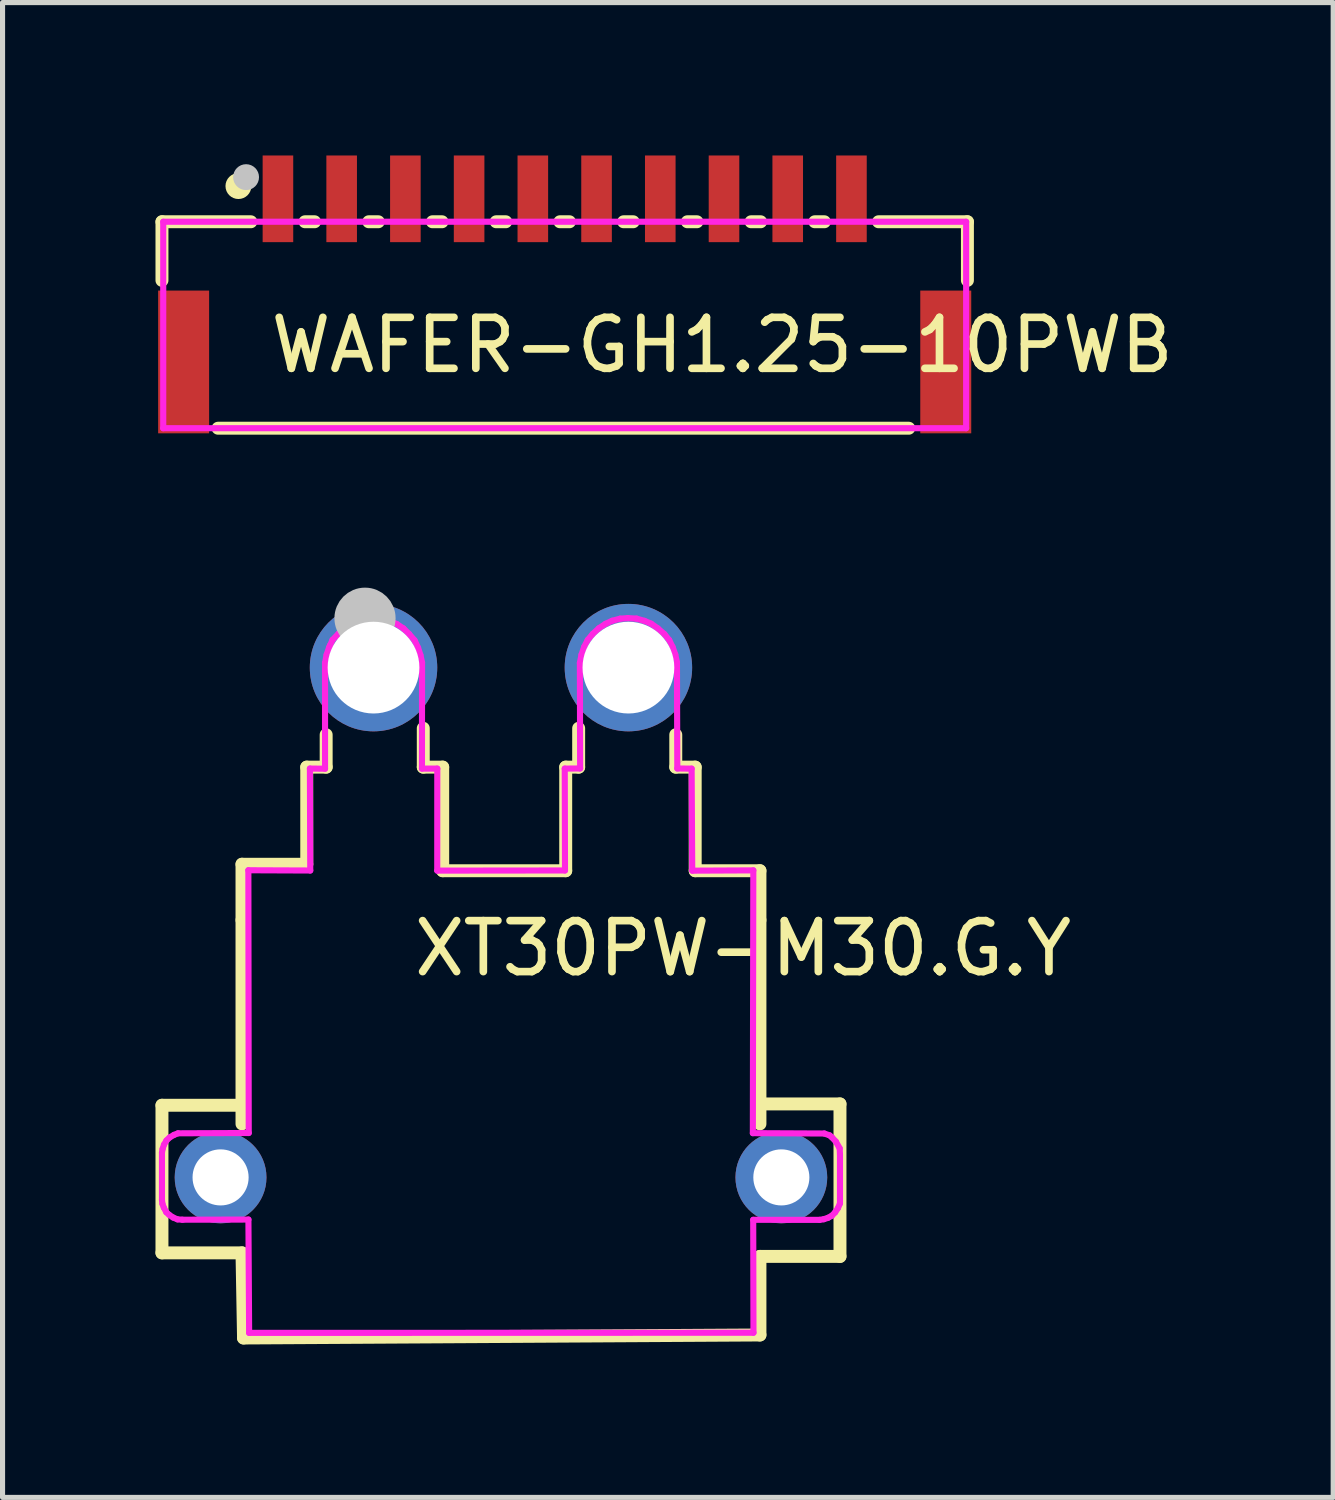
<source format=kicad_pcb>
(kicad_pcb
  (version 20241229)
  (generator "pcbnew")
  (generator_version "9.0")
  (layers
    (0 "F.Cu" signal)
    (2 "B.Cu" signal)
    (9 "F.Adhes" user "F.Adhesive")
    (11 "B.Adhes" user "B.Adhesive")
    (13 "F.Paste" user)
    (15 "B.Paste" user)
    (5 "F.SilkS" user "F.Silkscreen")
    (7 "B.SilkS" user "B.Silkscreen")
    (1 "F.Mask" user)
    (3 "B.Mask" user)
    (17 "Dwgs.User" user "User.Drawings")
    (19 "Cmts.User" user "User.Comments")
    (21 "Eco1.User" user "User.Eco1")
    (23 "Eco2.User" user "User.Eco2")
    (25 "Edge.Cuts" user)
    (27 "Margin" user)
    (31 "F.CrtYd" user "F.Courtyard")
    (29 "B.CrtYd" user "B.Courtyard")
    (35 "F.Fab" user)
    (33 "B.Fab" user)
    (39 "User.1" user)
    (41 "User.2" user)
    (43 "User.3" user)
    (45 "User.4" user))
  (footprint "WAFER-GH1.25-10PWB"
    (layer "F.Cu")
    (at 8.027 2.45)
    (property "Reference" "WAFER-GH1.25-10PWB" (at -5.842 1.27 0) (layer "F.SilkS") (effects (font (size 1 1) (thickness 0.15)) (justify left)))
    (attr through_hole)
    (fp_line (start -7.9 -1.15) (end -7.9 0) (stroke (width 0.254) (type solid)) (layer "F.SilkS"))
    (fp_line (start -7.9 -1.15) (end -6.156 -1.15) (stroke (width 0.254) (type solid)) (layer "F.SilkS"))
    (fp_line (start -6.8 2.9) (end 6.75 2.9) (stroke (width 0.254) (type solid)) (layer "F.SilkS"))
    (fp_line (start -5.094 -1.15) (end -4.906 -1.15) (stroke (width 0.254) (type solid)) (layer "F.SilkS"))
    (fp_line (start -3.844 -1.15) (end -3.656 -1.15) (stroke (width 0.254) (type solid)) (layer "F.SilkS"))
    (fp_line (start -2.594 -1.15) (end -2.406 -1.15) (stroke (width 0.254) (type solid)) (layer "F.SilkS"))
    (fp_line (start -1.344 -1.15) (end -1.156 -1.15) (stroke (width 0.254) (type solid)) (layer "F.SilkS"))
    (fp_line (start -0.094 -1.15) (end 0.094 -1.15) (stroke (width 0.254) (type solid)) (layer "F.SilkS"))
    (fp_line (start 1.156 -1.15) (end 1.344 -1.15) (stroke (width 0.254) (type solid)) (layer "F.SilkS"))
    (fp_line (start 2.406 -1.15) (end 2.594 -1.15) (stroke (width 0.254) (type solid)) (layer "F.SilkS"))
    (fp_line (start 3.656 -1.15) (end 3.844 -1.15) (stroke (width 0.254) (type solid)) (layer "F.SilkS"))
    (fp_line (start 4.906 -1.15) (end 5.094 -1.15) (stroke (width 0.254) (type solid)) (layer "F.SilkS"))
    (fp_line (start 6.156 -1.15) (end 7.9 -1.15) (stroke (width 0.254) (type solid)) (layer "F.SilkS"))
    (fp_line (start 7.9 -1.15) (end 7.9 0) (stroke (width 0.254) (type solid)) (layer "F.SilkS"))
    (fp_circle (center -6.4 -1.85) (end -6.273 -1.85) (stroke (width 0.254) (type solid)) (fill no) (layer "F.SilkS"))
    (fp_circle (center -6.25 -2.025) (end -6.123 -2.025) (stroke (width 0.254) (type solid)) (fill no) (layer "Dwgs.User"))
    (fp_circle (center -7.875 -2.1) (end -7.845 -2.1) (stroke (width 0.06) (type solid)) (fill no) (layer "Eco2.User"))
    (fp_poly (pts (xy -7.575 0.45) (xy -7.375 0.45) (xy -7.375 2.75) (xy -7.575 2.75)) (stroke (width 0.12) (type solid)) (fill no) (layer "Eco2.User"))
    (fp_poly (pts (xy -5.725 -2.1) (xy -5.525 -2.1) (xy -5.525 -1.1) (xy -5.725 -1.1)) (stroke (width 0.12) (type solid)) (fill no) (layer "Eco2.User"))
    (fp_poly (pts (xy -4.475 -2.1) (xy -4.275 -2.1) (xy -4.275 -1.1) (xy -4.475 -1.1)) (stroke (width 0.12) (type solid)) (fill no) (layer "Eco2.User"))
    (fp_poly (pts (xy -3.225 -2.1) (xy -3.025 -2.1) (xy -3.025 -1.1) (xy -3.225 -1.1)) (stroke (width 0.12) (type solid)) (fill no) (layer "Eco2.User"))
    (fp_poly (pts (xy -1.975 -2.1) (xy -1.775 -2.1) (xy -1.775 -1.1) (xy -1.975 -1.1)) (stroke (width 0.12) (type solid)) (fill no) (layer "Eco2.User"))
    (fp_poly (pts (xy -0.725 -2.1) (xy -0.525 -2.1) (xy -0.525 -1.1) (xy -0.725 -1.1)) (stroke (width 0.12) (type solid)) (fill no) (layer "Eco2.User"))
    (fp_poly (pts (xy 0.525 -2.1) (xy 0.725 -2.1) (xy 0.725 -1.1) (xy 0.525 -1.1)) (stroke (width 0.12) (type solid)) (fill no) (layer "Eco2.User"))
    (fp_poly (pts (xy 1.775 -2.1) (xy 1.975 -2.1) (xy 1.975 -1.1) (xy 1.775 -1.1)) (stroke (width 0.12) (type solid)) (fill no) (layer "Eco2.User"))
    (fp_poly (pts (xy 3.025 -2.1) (xy 3.225 -2.1) (xy 3.225 -1.1) (xy 3.025 -1.1)) (stroke (width 0.12) (type solid)) (fill no) (layer "Eco2.User"))
    (fp_poly (pts (xy 4.275 -2.1) (xy 4.475 -2.1) (xy 4.475 -1.1) (xy 4.275 -1.1)) (stroke (width 0.12) (type solid)) (fill no) (layer "Eco2.User"))
    (fp_poly (pts (xy 5.525 -2.1) (xy 5.725 -2.1) (xy 5.725 -1.1) (xy 5.525 -1.1)) (stroke (width 0.12) (type solid)) (fill no) (layer "Eco2.User"))
    (fp_poly (pts (xy 7.375 0.45) (xy 7.575 0.45) (xy 7.575 2.75) (xy 7.375 2.75)) (stroke (width 0.12) (type solid)) (fill no) (layer "Eco2.User"))
    (fp_line (start -7.875 -1.15) (end 7.875 -1.15) (stroke (width 0.12) (type solid)) (layer "F.CrtYd"))
    (fp_line (start -7.875 2.9) (end -7.875 -1.15) (stroke (width 0.12) (type solid)) (layer "F.CrtYd"))
    (fp_line (start 7.875 -1.15) (end 7.875 2.9) (stroke (width 0.12) (type solid)) (layer "F.CrtYd"))
    (fp_line (start 7.875 2.9) (end -7.875 2.9) (stroke (width 0.12) (type solid)) (layer "F.CrtYd"))
    (pad "1" smd rect (at -5.625 -1.6) (size 0.6 1.7) (layers "F.Cu" "F.Mask" "F.Paste"))
    (pad "2" smd rect (at -4.375 -1.6) (size 0.6 1.7) (layers "F.Cu" "F.Mask" "F.Paste"))
    (pad "3" smd rect (at -3.125 -1.6) (size 0.6 1.7) (layers "F.Cu" "F.Mask" "F.Paste"))
    (pad "4" smd rect (at -1.875 -1.6) (size 0.6 1.7) (layers "F.Cu" "F.Mask" "F.Paste"))
    (pad "5" smd rect (at -0.625 -1.6) (size 0.6 1.7) (layers "F.Cu" "F.Mask" "F.Paste"))
    (pad "6" smd rect (at 0.625 -1.6) (size 0.6 1.7) (layers "F.Cu" "F.Mask" "F.Paste"))
    (pad "7" smd rect (at 1.875 -1.6) (size 0.6 1.7) (layers "F.Cu" "F.Mask" "F.Paste"))
    (pad "8" smd rect (at 3.125 -1.6) (size 0.6 1.7) (layers "F.Cu" "F.Mask" "F.Paste"))
    (pad "9" smd rect (at 4.375 -1.6) (size 0.6 1.7) (layers "F.Cu" "F.Mask" "F.Paste"))
    (pad "10" smd rect (at 5.625 -1.6) (size 0.6 1.7) (layers "F.Cu" "F.Mask" "F.Paste"))
    (pad "11" smd rect (at 7.475 1.6) (size 1 2.8) (layers "F.Cu" "F.Mask" "F.Paste"))
    (pad "12" smd rect (at -7.475 1.6) (size 1 2.8) (layers "F.Cu" "F.Mask" "F.Paste")))
  (footprint "XT30PW-M30.G.Y"
    (layer "F.Cu")
    (at 6.777 15.046)
    (property "Reference" "XT30PW-M30.G.Y" (at -1.778 0.508 0) (layer "F.SilkS") (effects (font (size 1 1) (thickness 0.15)) (justify left)))
    (attr through_hole)
    (fp_line (start -6.65 3.585) (end -6.65 6.48) (stroke (width 0.254) (type solid)) (layer "F.SilkS"))
    (fp_line (start -6.65 3.585) (end -5.08 3.585) (stroke (width 0.254) (type solid)) (layer "F.SilkS"))
    (fp_line (start -6.65 6.48) (end -5.08 6.48) (stroke (width 0.254) (type solid)) (layer "F.SilkS"))
    (fp_line (start -5.08 -1.143) (end -5.08 -0.047) (stroke (width 0.254) (type solid)) (layer "F.SilkS"))
    (fp_line (start -5.08 3.95) (end -5.08 -0.047) (stroke (width 0.254) (type solid)) (layer "F.SilkS"))
    (fp_line (start -5.08 6.481) (end -5.05 8.15) (stroke (width 0.254) (type solid)) (layer "F.SilkS"))
    (fp_line (start -5.05 8.15) (end 5.08 8.091) (stroke (width 0.254) (type solid)) (layer "F.SilkS"))
    (fp_line (start -3.81 -3.048) (end -3.81 -1.143) (stroke (width 0.254) (type solid)) (layer "F.SilkS"))
    (fp_line (start -3.81 -1.143) (end -5.08 -1.143) (stroke (width 0.254) (type solid)) (layer "F.SilkS"))
    (fp_line (start -3.429 -3.683) (end -3.429 -3.048) (stroke (width 0.254) (type solid)) (layer "F.SilkS"))
    (fp_line (start -3.429 -3.048) (end -3.81 -3.048) (stroke (width 0.254) (type solid)) (layer "F.SilkS"))
    (fp_line (start -1.524 -3.81) (end -1.524 -3.048) (stroke (width 0.254) (type solid)) (layer "F.SilkS"))
    (fp_line (start -1.524 -3.048) (end -1.143 -3.048) (stroke (width 0.254) (type solid)) (layer "F.SilkS"))
    (fp_line (start -1.143 -3.048) (end -1.143 -1.016) (stroke (width 0.254) (type solid)) (layer "F.SilkS"))
    (fp_line (start -1.143 -1.016) (end 1.27 -1.016) (stroke (width 0.254) (type solid)) (layer "F.SilkS"))
    (fp_line (start 1.27 -3.048) (end 1.524 -3.048) (stroke (width 0.254) (type solid)) (layer "F.SilkS"))
    (fp_line (start 1.27 -1.016) (end 1.27 -3.048) (stroke (width 0.254) (type solid)) (layer "F.SilkS"))
    (fp_line (start 1.524 -3.048) (end 1.524 -3.81) (stroke (width 0.254) (type solid)) (layer "F.SilkS"))
    (fp_line (start 3.429 -3.683) (end 3.429 -3.048) (stroke (width 0.254) (type solid)) (layer "F.SilkS"))
    (fp_line (start 3.429 -3.048) (end 3.81 -3.048) (stroke (width 0.254) (type solid)) (layer "F.SilkS"))
    (fp_line (start 3.81 -3.048) (end 3.81 -1.016) (stroke (width 0.254) (type solid)) (layer "F.SilkS"))
    (fp_line (start 3.81 -1.016) (end 5.08 -1.016) (stroke (width 0.254) (type solid)) (layer "F.SilkS"))
    (fp_line (start 5.08 -1.016) (end 5.08 -0.047) (stroke (width 0.254) (type solid)) (layer "F.SilkS"))
    (fp_line (start 5.08 3.559) (end 6.65 3.559) (stroke (width 0.254) (type solid)) (layer "F.SilkS"))
    (fp_line (start 5.08 3.95) (end 5.08 -0.047) (stroke (width 0.254) (type solid)) (layer "F.SilkS"))
    (fp_line (start 5.08 6.55) (end 6.65 6.55) (stroke (width 0.254) (type solid)) (layer "F.SilkS"))
    (fp_line (start 5.08 8.091) (end 5.08 6.549) (stroke (width 0.254) (type solid)) (layer "F.SilkS"))
    (fp_line (start 6.65 3.559) (end 6.65 6.55) (stroke (width 0.254) (type solid)) (layer "F.SilkS"))
    (fp_circle (center -2.667 -5.969) (end -2.367 -5.969) (stroke (width 0.6) (type solid)) (fill no) (layer "Dwgs.User"))
    (fp_circle (center -6.65 -5.971) (end -6.62 -5.971) (stroke (width 0.06) (type solid)) (fill no) (layer "Eco2.User"))
    (fp_circle (center -5.5 5) (end -5.313 5) (stroke (width 0.375) (type solid)) (fill no) (layer "Eco2.User"))
    (fp_circle (center -2.5 -5) (end -2.175 -5) (stroke (width 0.65) (type solid)) (fill no) (layer "Eco2.User"))
    (fp_circle (center 2.5 -5) (end 2.825 -5) (stroke (width 0.65) (type solid)) (fill no) (layer "Eco2.User"))
    (fp_circle (center 5.5 5) (end 5.687 5) (stroke (width 0.375) (type solid)) (fill no) (layer "Eco2.User"))
    (fp_line (start -6.65 4.515) (end -6.638 4.442) (stroke (width 0.12) (type solid)) (layer "F.CrtYd"))
    (fp_line (start -6.65 5.44) (end -6.65 4.515) (stroke (width 0.12) (type solid)) (layer "F.CrtYd"))
    (fp_line (start -6.641 5.518) (end -6.65 5.44) (stroke (width 0.12) (type solid)) (layer "F.CrtYd"))
    (fp_line (start -6.638 4.442) (end -6.61 4.358) (stroke (width 0.12) (type solid)) (layer "F.CrtYd"))
    (fp_line (start -6.614 5.592) (end -6.641 5.518) (stroke (width 0.12) (type solid)) (layer "F.CrtYd"))
    (fp_line (start -6.61 4.358) (end -6.561 4.275) (stroke (width 0.12) (type solid)) (layer "F.CrtYd"))
    (fp_line (start -6.565 5.683) (end -6.614 5.592) (stroke (width 0.12) (type solid)) (layer "F.CrtYd"))
    (fp_line (start -6.561 4.275) (end -6.501 4.217) (stroke (width 0.12) (type solid)) (layer "F.CrtYd"))
    (fp_line (start -6.507 5.736) (end -6.565 5.683) (stroke (width 0.12) (type solid)) (layer "F.CrtYd"))
    (fp_line (start -6.501 4.217) (end -6.414 4.166) (stroke (width 0.12) (type solid)) (layer "F.CrtYd"))
    (fp_line (start -6.429 5.788) (end -6.507 5.736) (stroke (width 0.12) (type solid)) (layer "F.CrtYd"))
    (fp_line (start -6.414 4.166) (end -6.335 4.135) (stroke (width 0.12) (type solid)) (layer "F.CrtYd"))
    (fp_line (start -6.345 5.823) (end -6.429 5.788) (stroke (width 0.12) (type solid)) (layer "F.CrtYd"))
    (fp_line (start -6.335 4.135) (end -4.948 4.129) (stroke (width 0.12) (type solid)) (layer "F.CrtYd"))
    (fp_line (start -6.251 5.83) (end -6.345 5.823) (stroke (width 0.12) (type solid)) (layer "F.CrtYd"))
    (fp_line (start -4.955 -1.025) (end -3.741 -1.02) (stroke (width 0.12) (type solid)) (layer "F.CrtYd"))
    (fp_line (start -4.954 5.827) (end -6.251 5.83) (stroke (width 0.12) (type solid)) (layer "F.CrtYd"))
    (fp_line (start -4.948 4.129) (end -4.955 -1.025) (stroke (width 0.12) (type solid)) (layer "F.CrtYd"))
    (fp_line (start -4.94 8.05) (end -4.954 5.827) (stroke (width 0.12) (type solid)) (layer "F.CrtYd"))
    (fp_line (start -3.748 -3.02) (end -3.451 -3.017) (stroke (width 0.12) (type solid)) (layer "F.CrtYd"))
    (fp_line (start -3.741 -1.02) (end -3.748 -3.02) (stroke (width 0.12) (type solid)) (layer "F.CrtYd"))
    (fp_line (start -3.451 -5.092) (end -3.42 -5.253) (stroke (width 0.12) (type solid)) (layer "F.CrtYd"))
    (fp_line (start -3.451 -3.017) (end -3.451 -5.092) (stroke (width 0.12) (type solid)) (layer "F.CrtYd"))
    (fp_line (start -3.42 -5.253) (end -3.371 -5.397) (stroke (width 0.12) (type solid)) (layer "F.CrtYd"))
    (fp_line (start -3.371 -5.397) (end -3.351 -5.436) (stroke (width 0.12) (type solid)) (layer "F.CrtYd"))
    (fp_line (start -3.351 -5.437) (end -3.305 -5.543) (stroke (width 0.12) (type solid)) (layer "F.CrtYd"))
    (fp_line (start -3.351 -5.436) (end -3.351 -5.437) (stroke (width 0.12) (type solid)) (layer "F.CrtYd"))
    (fp_line (start -3.305 -5.543) (end -3.187 -5.665) (stroke (width 0.12) (type solid)) (layer "F.CrtYd"))
    (fp_line (start -3.187 -5.665) (end -3.084 -5.774) (stroke (width 0.12) (type solid)) (layer "F.CrtYd"))
    (fp_line (start -3.084 -5.774) (end -2.947 -5.858) (stroke (width 0.12) (type solid)) (layer "F.CrtYd"))
    (fp_line (start -2.947 -5.858) (end -2.81 -5.919) (stroke (width 0.12) (type solid)) (layer "F.CrtYd"))
    (fp_line (start -2.81 -5.919) (end -2.665 -5.963) (stroke (width 0.12) (type solid)) (layer "F.CrtYd"))
    (fp_line (start -2.665 -5.963) (end -2.489 -5.97) (stroke (width 0.12) (type solid)) (layer "F.CrtYd"))
    (fp_line (start -2.489 -5.97) (end -2.348 -5.959) (stroke (width 0.12) (type solid)) (layer "F.CrtYd"))
    (fp_line (start -2.348 -5.959) (end -2.195 -5.919) (stroke (width 0.12) (type solid)) (layer "F.CrtYd"))
    (fp_line (start -2.195 -5.919) (end -2.046 -5.856) (stroke (width 0.12) (type solid)) (layer "F.CrtYd"))
    (fp_line (start -2.046 -5.856) (end -1.914 -5.769) (stroke (width 0.12) (type solid)) (layer "F.CrtYd"))
    (fp_line (start -1.914 -5.769) (end -1.803 -5.66) (stroke (width 0.12) (type solid)) (layer "F.CrtYd"))
    (fp_line (start -1.803 -5.66) (end -1.695 -5.535) (stroke (width 0.12) (type solid)) (layer "F.CrtYd"))
    (fp_line (start -1.695 -5.535) (end -1.627 -5.391) (stroke (width 0.12) (type solid)) (layer "F.CrtYd"))
    (fp_line (start -1.627 -5.391) (end -1.58 -5.246) (stroke (width 0.12) (type solid)) (layer "F.CrtYd"))
    (fp_line (start -1.58 -5.246) (end -1.548 -5.098) (stroke (width 0.12) (type solid)) (layer "F.CrtYd"))
    (fp_line (start -1.55 -3.019) (end -1.249 -3.019) (stroke (width 0.12) (type solid)) (layer "F.CrtYd"))
    (fp_line (start -1.548 -5.098) (end -1.55 -3.019) (stroke (width 0.12) (type solid)) (layer "F.CrtYd"))
    (fp_line (start -1.25 -1.018) (end 1.256 -1.021) (stroke (width 0.12) (type solid)) (layer "F.CrtYd"))
    (fp_line (start -1.249 -3.019) (end -1.25 -1.018) (stroke (width 0.12) (type solid)) (layer "F.CrtYd"))
    (fp_line (start 1.251 -3.019) (end 1.553 -3.022) (stroke (width 0.12) (type solid)) (layer "F.CrtYd"))
    (fp_line (start 1.256 -1.021) (end 1.251 -3.019) (stroke (width 0.12) (type solid)) (layer "F.CrtYd"))
    (fp_line (start 1.548 -5.092) (end 1.58 -5.254) (stroke (width 0.12) (type solid)) (layer "F.CrtYd"))
    (fp_line (start 1.553 -3.022) (end 1.548 -5.092) (stroke (width 0.12) (type solid)) (layer "F.CrtYd"))
    (fp_line (start 1.58 -5.254) (end 1.631 -5.405) (stroke (width 0.12) (type solid)) (layer "F.CrtYd"))
    (fp_line (start 1.631 -5.405) (end 1.702 -5.543) (stroke (width 0.12) (type solid)) (layer "F.CrtYd"))
    (fp_line (start 1.702 -5.543) (end 1.799 -5.659) (stroke (width 0.12) (type solid)) (layer "F.CrtYd"))
    (fp_line (start 1.799 -5.659) (end 1.921 -5.772) (stroke (width 0.12) (type solid)) (layer "F.CrtYd"))
    (fp_line (start 1.921 -5.772) (end 2.052 -5.859) (stroke (width 0.12) (type solid)) (layer "F.CrtYd"))
    (fp_line (start 2.052 -5.859) (end 2.182 -5.919) (stroke (width 0.12) (type solid)) (layer "F.CrtYd"))
    (fp_line (start 2.182 -5.919) (end 2.338 -5.96) (stroke (width 0.12) (type solid)) (layer "F.CrtYd"))
    (fp_line (start 2.338 -5.96) (end 2.489 -5.971) (stroke (width 0.12) (type solid)) (layer "F.CrtYd"))
    (fp_line (start 2.489 -5.971) (end 2.66 -5.961) (stroke (width 0.12) (type solid)) (layer "F.CrtYd"))
    (fp_line (start 2.66 -5.961) (end 2.815 -5.917) (stroke (width 0.12) (type solid)) (layer "F.CrtYd"))
    (fp_line (start 2.815 -5.917) (end 2.947 -5.861) (stroke (width 0.12) (type solid)) (layer "F.CrtYd"))
    (fp_line (start 2.947 -5.861) (end 3.077 -5.769) (stroke (width 0.12) (type solid)) (layer "F.CrtYd"))
    (fp_line (start 3.077 -5.769) (end 3.206 -5.656) (stroke (width 0.12) (type solid)) (layer "F.CrtYd"))
    (fp_line (start 3.206 -5.656) (end 3.3 -5.54) (stroke (width 0.12) (type solid)) (layer "F.CrtYd"))
    (fp_line (start 3.3 -5.54) (end 3.367 -5.403) (stroke (width 0.12) (type solid)) (layer "F.CrtYd"))
    (fp_line (start 3.367 -5.403) (end 3.419 -5.257) (stroke (width 0.12) (type solid)) (layer "F.CrtYd"))
    (fp_line (start 3.419 -5.257) (end 3.452 -5.104) (stroke (width 0.12) (type solid)) (layer "F.CrtYd"))
    (fp_line (start 3.452 -5.104) (end 3.459 -3.022) (stroke (width 0.12) (type solid)) (layer "F.CrtYd"))
    (fp_line (start 3.459 -3.022) (end 3.74 -3.018) (stroke (width 0.12) (type solid)) (layer "F.CrtYd"))
    (fp_line (start 3.74 -3.018) (end 3.752 -1.017) (stroke (width 0.12) (type solid)) (layer "F.CrtYd"))
    (fp_line (start 3.752 -1.017) (end 4.95 -1.023) (stroke (width 0.12) (type solid)) (layer "F.CrtYd"))
    (fp_line (start 4.941 4.132) (end 6.343 4.139) (stroke (width 0.12) (type solid)) (layer "F.CrtYd"))
    (fp_line (start 4.948 5.832) (end 4.953 8.047) (stroke (width 0.12) (type solid)) (layer "F.CrtYd"))
    (fp_line (start 4.95 -1.023) (end 4.941 4.132) (stroke (width 0.12) (type solid)) (layer "F.CrtYd"))
    (fp_line (start 4.953 8.047) (end -4.94 8.05) (stroke (width 0.12) (type solid)) (layer "F.CrtYd"))
    (fp_line (start 6.25 5.833) (end 4.948 5.832) (stroke (width 0.12) (type solid)) (layer "F.CrtYd"))
    (fp_line (start 6.333 5.82) (end 6.25 5.833) (stroke (width 0.12) (type solid)) (layer "F.CrtYd"))
    (fp_line (start 6.343 4.139) (end 6.448 4.176) (stroke (width 0.12) (type solid)) (layer "F.CrtYd"))
    (fp_line (start 6.415 5.793) (end 6.333 5.82) (stroke (width 0.12) (type solid)) (layer "F.CrtYd"))
    (fp_line (start 6.448 4.176) (end 6.492 4.214) (stroke (width 0.12) (type solid)) (layer "F.CrtYd"))
    (fp_line (start 6.492 4.214) (end 6.57 4.298) (stroke (width 0.12) (type solid)) (layer "F.CrtYd"))
    (fp_line (start 6.493 5.75) (end 6.415 5.793) (stroke (width 0.12) (type solid)) (layer "F.CrtYd"))
    (fp_line (start 6.554 5.686) (end 6.493 5.75) (stroke (width 0.12) (type solid)) (layer "F.CrtYd"))
    (fp_line (start 6.57 4.298) (end 6.644 4.43) (stroke (width 0.12) (type solid)) (layer "F.CrtYd"))
    (fp_line (start 6.611 5.601) (end 6.554 5.686) (stroke (width 0.12) (type solid)) (layer "F.CrtYd"))
    (fp_line (start 6.644 4.43) (end 6.65 4.549) (stroke (width 0.12) (type solid)) (layer "F.CrtYd"))
    (fp_line (start 6.65 4.549) (end 6.65 5.419) (stroke (width 0.12) (type solid)) (layer "F.CrtYd"))
    (fp_line (start 6.65 5.419) (end 6.65 5.51) (stroke (width 0.12) (type solid)) (layer "F.CrtYd"))
    (fp_line (start 6.65 5.51) (end 6.611 5.601) (stroke (width 0.12) (type solid)) (layer "F.CrtYd"))
    (pad "1" thru_hole circle (at -2.5 -5) (size 2.5 2.5) (drill 1.8) (layers "*.Cu" "*.Mask"))
    (pad "2" thru_hole circle (at 2.5 -5) (size 2.5 2.5) (drill 1.8) (layers "*.Cu" "*.Mask"))
    (pad "3" thru_hole circle (at 5.5 5) (size 1.8 1.8) (drill 1.1) (layers "*.Cu" "*.Mask"))
    (pad "4" thru_hole circle (at -5.5 5) (size 1.8 1.8) (drill 1.1) (layers "*.Cu" "*.Mask")))
  (gr_rect
    (start -3 -3)
    (end 23.102 26.323)
    (stroke (width 0.1) (type default))
    (fill no)
    (layer "Edge.Cuts")))
</source>
